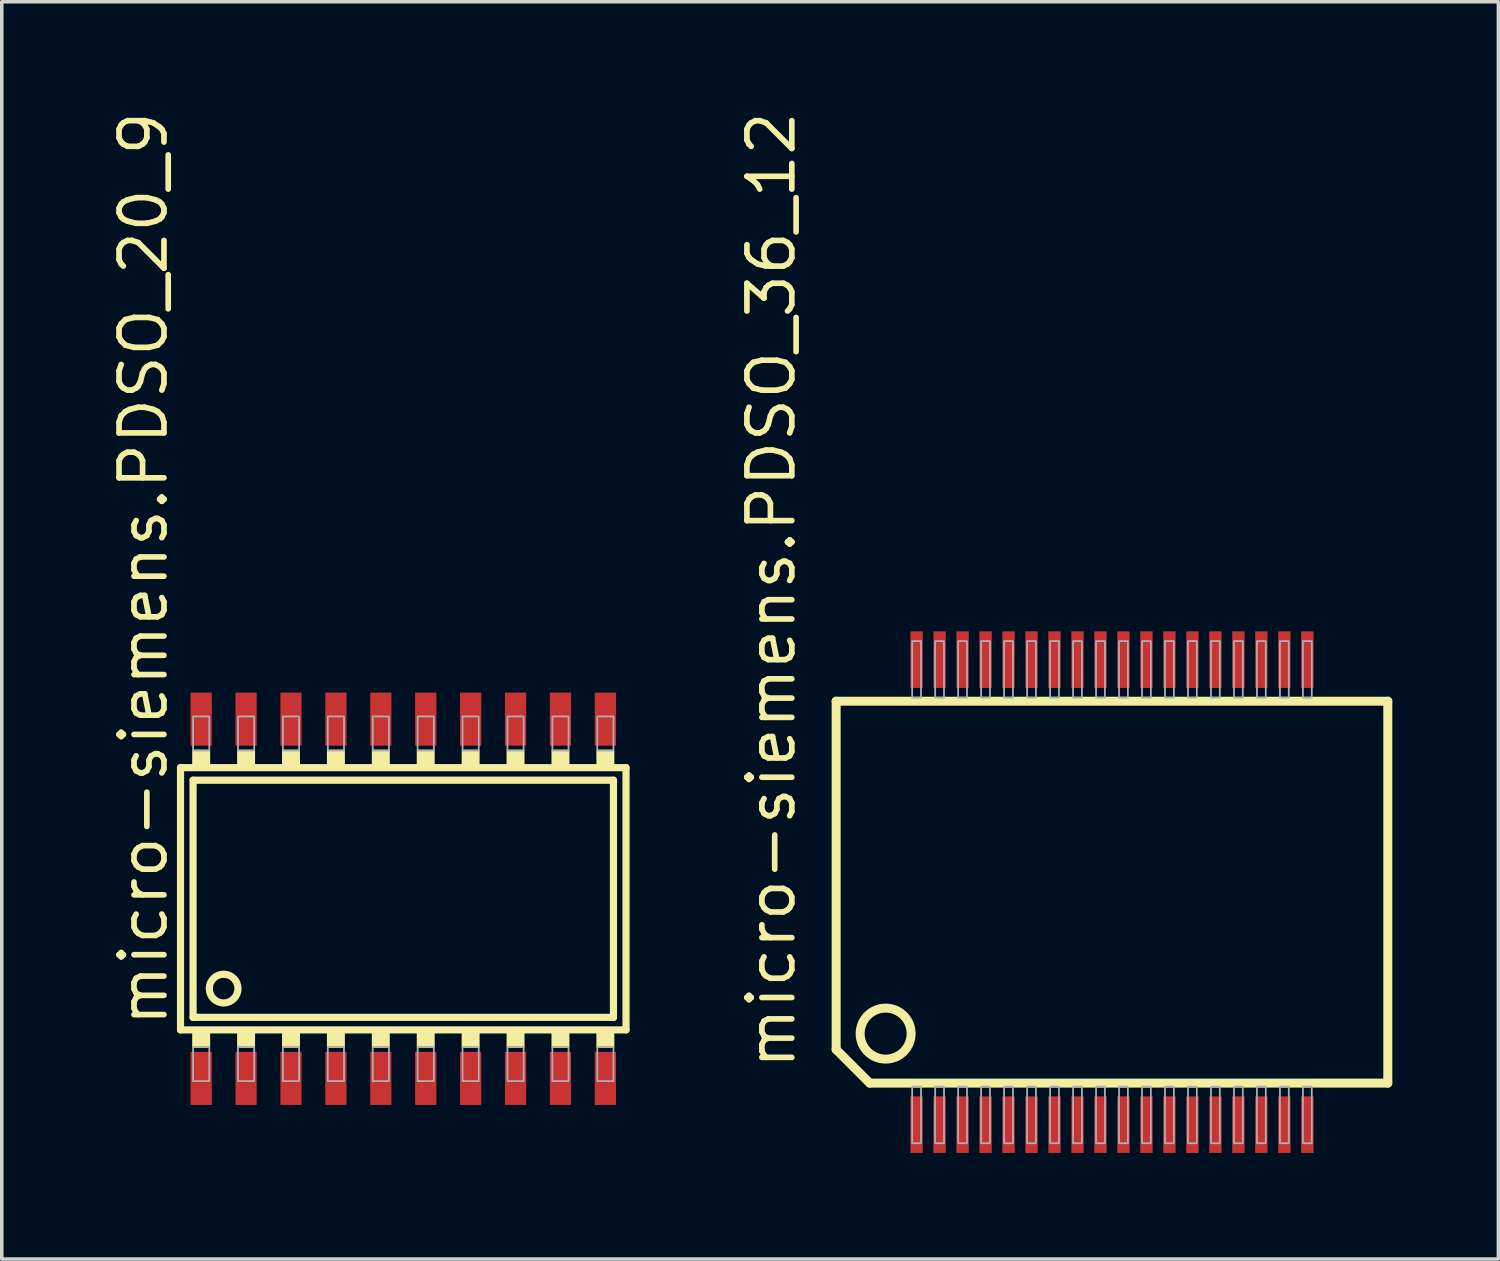
<source format=kicad_pcb>
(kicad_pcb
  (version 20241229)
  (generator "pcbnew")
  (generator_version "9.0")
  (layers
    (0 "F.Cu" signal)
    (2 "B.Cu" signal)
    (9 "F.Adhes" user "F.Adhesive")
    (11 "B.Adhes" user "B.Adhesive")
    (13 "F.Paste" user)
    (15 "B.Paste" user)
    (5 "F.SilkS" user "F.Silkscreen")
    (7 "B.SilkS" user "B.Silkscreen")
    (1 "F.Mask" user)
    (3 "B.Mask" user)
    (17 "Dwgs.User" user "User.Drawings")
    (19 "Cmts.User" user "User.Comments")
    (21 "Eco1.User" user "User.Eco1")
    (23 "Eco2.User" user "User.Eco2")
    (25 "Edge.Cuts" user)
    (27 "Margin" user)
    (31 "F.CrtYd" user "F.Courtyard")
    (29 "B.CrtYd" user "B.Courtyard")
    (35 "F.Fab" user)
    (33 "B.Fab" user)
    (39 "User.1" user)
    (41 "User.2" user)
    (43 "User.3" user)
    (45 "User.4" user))
  (footprint "micro-siemens.PDSO_36_12"
    (layer "F.Cu")
    (at 28.395 22.179)
    (property "Reference" "micro-siemens.PDSO_36_12" (at -8.89 5.08 90) (layer "F.SilkS") (effects (font (size 1.27 1.27) (thickness 0.16)) (justify left bottom)))
    (attr smd)
    (fp_line (start -7.8 -5.4) (end -7.8 4.45) (stroke (width 0.254) (type default)) (layer "F.SilkS"))
    (fp_line (start -6.85 5.4) (end -7.8 4.45) (stroke (width 0.254) (type default)) (layer "F.SilkS"))
    (fp_line (start -6.85 5.4) (end 7.8 5.4) (stroke (width 0.254) (type default)) (layer "F.SilkS"))
    (fp_line (start 7.8 -5.4) (end -7.8 -5.4) (stroke (width 0.254) (type default)) (layer "F.SilkS"))
    (fp_line (start 7.8 5.4) (end 7.8 -5.4) (stroke (width 0.254) (type default)) (layer "F.SilkS"))
    (fp_circle (center -6.4 4) (end -5.679 4) (stroke (width 0.254) (type default)) (fill no) (layer "F.SilkS"))
    (fp_rect (start -5.65 -5.5) (end -5.4 -7.1) (stroke (width 0.05) (type default)) (fill no) (layer "F.Fab"))
    (fp_rect (start -5.65 7.1) (end -5.4 5.5) (stroke (width 0.05) (type default)) (fill no) (layer "F.Fab"))
    (fp_rect (start -5 -5.5) (end -4.75 -7.1) (stroke (width 0.05) (type default)) (fill no) (layer "F.Fab"))
    (fp_rect (start -5 7.1) (end -4.75 5.5) (stroke (width 0.05) (type default)) (fill no) (layer "F.Fab"))
    (fp_rect (start -4.35 -5.5) (end -4.1 -7.1) (stroke (width 0.05) (type default)) (fill no) (layer "F.Fab"))
    (fp_rect (start -4.35 7.1) (end -4.1 5.5) (stroke (width 0.05) (type default)) (fill no) (layer "F.Fab"))
    (fp_rect (start -3.7 -5.5) (end -3.45 -7.1) (stroke (width 0.05) (type default)) (fill no) (layer "F.Fab"))
    (fp_rect (start -3.7 7.1) (end -3.45 5.5) (stroke (width 0.05) (type default)) (fill no) (layer "F.Fab"))
    (fp_rect (start -3.05 -5.5) (end -2.8 -7.1) (stroke (width 0.05) (type default)) (fill no) (layer "F.Fab"))
    (fp_rect (start -3.05 7.1) (end -2.8 5.5) (stroke (width 0.05) (type default)) (fill no) (layer "F.Fab"))
    (fp_rect (start -2.4 -5.5) (end -2.15 -7.1) (stroke (width 0.05) (type default)) (fill no) (layer "F.Fab"))
    (fp_rect (start -2.4 7.1) (end -2.15 5.5) (stroke (width 0.05) (type default)) (fill no) (layer "F.Fab"))
    (fp_rect (start -1.75 -5.5) (end -1.5 -7.1) (stroke (width 0.05) (type default)) (fill no) (layer "F.Fab"))
    (fp_rect (start -1.75 7.1) (end -1.5 5.5) (stroke (width 0.05) (type default)) (fill no) (layer "F.Fab"))
    (fp_rect (start -1.1 -5.5) (end -0.85 -7.1) (stroke (width 0.05) (type default)) (fill no) (layer "F.Fab"))
    (fp_rect (start -1.1 7.1) (end -0.85 5.5) (stroke (width 0.05) (type default)) (fill no) (layer "F.Fab"))
    (fp_rect (start -0.45 -5.5) (end -0.2 -7.1) (stroke (width 0.05) (type default)) (fill no) (layer "F.Fab"))
    (fp_rect (start -0.45 7.1) (end -0.2 5.5) (stroke (width 0.05) (type default)) (fill no) (layer "F.Fab"))
    (fp_rect (start 0.2 -5.5) (end 0.45 -7.1) (stroke (width 0.05) (type default)) (fill no) (layer "F.Fab"))
    (fp_rect (start 0.2 7.1) (end 0.45 5.5) (stroke (width 0.05) (type default)) (fill no) (layer "F.Fab"))
    (fp_rect (start 0.85 -5.5) (end 1.1 -7.1) (stroke (width 0.05) (type default)) (fill no) (layer "F.Fab"))
    (fp_rect (start 0.85 7.1) (end 1.1 5.5) (stroke (width 0.05) (type default)) (fill no) (layer "F.Fab"))
    (fp_rect (start 1.5 -5.5) (end 1.75 -7.1) (stroke (width 0.05) (type default)) (fill no) (layer "F.Fab"))
    (fp_rect (start 1.5 7.1) (end 1.75 5.5) (stroke (width 0.05) (type default)) (fill no) (layer "F.Fab"))
    (fp_rect (start 2.15 -5.5) (end 2.4 -7.1) (stroke (width 0.05) (type default)) (fill no) (layer "F.Fab"))
    (fp_rect (start 2.15 7.1) (end 2.4 5.5) (stroke (width 0.05) (type default)) (fill no) (layer "F.Fab"))
    (fp_rect (start 2.8 -5.5) (end 3.05 -7.1) (stroke (width 0.05) (type default)) (fill no) (layer "F.Fab"))
    (fp_rect (start 2.8 7.1) (end 3.05 5.5) (stroke (width 0.05) (type default)) (fill no) (layer "F.Fab"))
    (fp_rect (start 3.45 -5.5) (end 3.7 -7.1) (stroke (width 0.05) (type default)) (fill no) (layer "F.Fab"))
    (fp_rect (start 3.45 7.1) (end 3.7 5.5) (stroke (width 0.05) (type default)) (fill no) (layer "F.Fab"))
    (fp_rect (start 4.1 -5.5) (end 4.35 -7.1) (stroke (width 0.05) (type default)) (fill no) (layer "F.Fab"))
    (fp_rect (start 4.1 7.1) (end 4.35 5.5) (stroke (width 0.05) (type default)) (fill no) (layer "F.Fab"))
    (fp_rect (start 4.75 -5.5) (end 5 -7.1) (stroke (width 0.05) (type default)) (fill no) (layer "F.Fab"))
    (fp_rect (start 4.75 7.1) (end 5 5.5) (stroke (width 0.05) (type default)) (fill no) (layer "F.Fab"))
    (fp_rect (start 5.4 -5.5) (end 5.65 -7.1) (stroke (width 0.05) (type default)) (fill no) (layer "F.Fab"))
    (fp_rect (start 5.4 7.1) (end 5.65 5.5) (stroke (width 0.05) (type default)) (fill no) (layer "F.Fab"))
    (pad "1" smd roundrect (at -5.525 6.575) (size 0.35 1.6) (layers "F.Cu" "F.Mask" "F.Paste") (roundrect_rratio 0.01))
    (pad "2" smd roundrect (at -4.875 6.575) (size 0.35 1.6) (layers "F.Cu" "F.Mask" "F.Paste") (roundrect_rratio 0.01))
    (pad "3" smd roundrect (at -4.225 6.575) (size 0.35 1.6) (layers "F.Cu" "F.Mask" "F.Paste") (roundrect_rratio 0.01))
    (pad "4" smd roundrect (at -3.575 6.575) (size 0.35 1.6) (layers "F.Cu" "F.Mask" "F.Paste") (roundrect_rratio 0.01))
    (pad "5" smd roundrect (at -2.925 6.575) (size 0.35 1.6) (layers "F.Cu" "F.Mask" "F.Paste") (roundrect_rratio 0.01))
    (pad "6" smd roundrect (at -2.275 6.575) (size 0.35 1.6) (layers "F.Cu" "F.Mask" "F.Paste") (roundrect_rratio 0.01))
    (pad "7" smd roundrect (at -1.625 6.575) (size 0.35 1.6) (layers "F.Cu" "F.Mask" "F.Paste") (roundrect_rratio 0.01))
    (pad "8" smd roundrect (at -0.975 6.575) (size 0.35 1.6) (layers "F.Cu" "F.Mask" "F.Paste") (roundrect_rratio 0.01))
    (pad "9" smd roundrect (at -0.325 6.575) (size 0.35 1.6) (layers "F.Cu" "F.Mask" "F.Paste") (roundrect_rratio 0.01))
    (pad "10" smd roundrect (at 0.325 6.575) (size 0.35 1.6) (layers "F.Cu" "F.Mask" "F.Paste") (roundrect_rratio 0.01))
    (pad "11" smd roundrect (at 0.975 6.575) (size 0.35 1.6) (layers "F.Cu" "F.Mask" "F.Paste") (roundrect_rratio 0.01))
    (pad "12" smd roundrect (at 1.625 6.575) (size 0.35 1.6) (layers "F.Cu" "F.Mask" "F.Paste") (roundrect_rratio 0.01))
    (pad "13" smd roundrect (at 2.275 6.575) (size 0.35 1.6) (layers "F.Cu" "F.Mask" "F.Paste") (roundrect_rratio 0.01))
    (pad "14" smd roundrect (at 2.925 6.575) (size 0.35 1.6) (layers "F.Cu" "F.Mask" "F.Paste") (roundrect_rratio 0.01))
    (pad "15" smd roundrect (at 3.575 6.575) (size 0.35 1.6) (layers "F.Cu" "F.Mask" "F.Paste") (roundrect_rratio 0.01))
    (pad "16" smd roundrect (at 4.225 6.575) (size 0.35 1.6) (layers "F.Cu" "F.Mask" "F.Paste") (roundrect_rratio 0.01))
    (pad "17" smd roundrect (at 4.875 6.575) (size 0.35 1.6) (layers "F.Cu" "F.Mask" "F.Paste") (roundrect_rratio 0.01))
    (pad "18" smd roundrect (at 5.525 6.575) (size 0.35 1.6) (layers "F.Cu" "F.Mask" "F.Paste") (roundrect_rratio 0.01))
    (pad "19" smd roundrect (at 5.525 -6.575) (size 0.35 1.6) (layers "F.Cu" "F.Mask" "F.Paste") (roundrect_rratio 0.01))
    (pad "20" smd roundrect (at 4.875 -6.575) (size 0.35 1.6) (layers "F.Cu" "F.Mask" "F.Paste") (roundrect_rratio 0.01))
    (pad "21" smd roundrect (at 4.225 -6.575) (size 0.35 1.6) (layers "F.Cu" "F.Mask" "F.Paste") (roundrect_rratio 0.01))
    (pad "22" smd roundrect (at 3.575 -6.575) (size 0.35 1.6) (layers "F.Cu" "F.Mask" "F.Paste") (roundrect_rratio 0.01))
    (pad "23" smd roundrect (at 2.925 -6.575) (size 0.35 1.6) (layers "F.Cu" "F.Mask" "F.Paste") (roundrect_rratio 0.01))
    (pad "24" smd roundrect (at 2.275 -6.575) (size 0.35 1.6) (layers "F.Cu" "F.Mask" "F.Paste") (roundrect_rratio 0.01))
    (pad "25" smd roundrect (at 1.625 -6.575) (size 0.35 1.6) (layers "F.Cu" "F.Mask" "F.Paste") (roundrect_rratio 0.01))
    (pad "26" smd roundrect (at 0.975 -6.575) (size 0.35 1.6) (layers "F.Cu" "F.Mask" "F.Paste") (roundrect_rratio 0.01))
    (pad "27" smd roundrect (at 0.325 -6.575) (size 0.35 1.6) (layers "F.Cu" "F.Mask" "F.Paste") (roundrect_rratio 0.01))
    (pad "28" smd roundrect (at -0.325 -6.575) (size 0.35 1.6) (layers "F.Cu" "F.Mask" "F.Paste") (roundrect_rratio 0.01))
    (pad "29" smd roundrect (at -0.975 -6.575) (size 0.35 1.6) (layers "F.Cu" "F.Mask" "F.Paste") (roundrect_rratio 0.01))
    (pad "30" smd roundrect (at -1.625 -6.575) (size 0.35 1.6) (layers "F.Cu" "F.Mask" "F.Paste") (roundrect_rratio 0.01))
    (pad "31" smd roundrect (at -2.275 -6.575) (size 0.35 1.6) (layers "F.Cu" "F.Mask" "F.Paste") (roundrect_rratio 0.01))
    (pad "32" smd roundrect (at -2.925 -6.575) (size 0.35 1.6) (layers "F.Cu" "F.Mask" "F.Paste") (roundrect_rratio 0.01))
    (pad "33" smd roundrect (at -3.575 -6.575) (size 0.35 1.6) (layers "F.Cu" "F.Mask" "F.Paste") (roundrect_rratio 0.01))
    (pad "34" smd roundrect (at -4.225 -6.575) (size 0.35 1.6) (layers "F.Cu" "F.Mask" "F.Paste") (roundrect_rratio 0.01))
    (pad "35" smd roundrect (at -4.875 -6.575) (size 0.35 1.6) (layers "F.Cu" "F.Mask" "F.Paste") (roundrect_rratio 0.01))
    (pad "36" smd roundrect (at -5.525 -6.575) (size 0.35 1.6) (layers "F.Cu" "F.Mask" "F.Paste") (roundrect_rratio 0.01)))
  (footprint "micro-siemens.PDSO_20_9"
    (layer "F.Cu")
    (at 8.354 22.366)
    (property "Reference" "micro-siemens.PDSO_20_9" (at -6.604 3.683 90) (layer "F.SilkS") (effects (font (size 1.27 1.27) (thickness 0.16)) (justify left bottom)))
    (attr smd)
    (fp_line (start -6.299 -3.708) (end 6.299 -3.708) (stroke (width 0.203) (type default)) (layer "F.SilkS"))
    (fp_line (start -6.299 3.708) (end -6.299 -3.708) (stroke (width 0.203) (type default)) (layer "F.SilkS"))
    (fp_line (start -5.944 -3.353) (end 5.944 -3.353) (stroke (width 0.203) (type default)) (layer "F.SilkS"))
    (fp_line (start -5.944 3.353) (end -5.944 -3.353) (stroke (width 0.203) (type default)) (layer "F.SilkS"))
    (fp_line (start 5.944 -3.353) (end 5.944 3.353) (stroke (width 0.203) (type default)) (layer "F.SilkS"))
    (fp_line (start 5.944 3.353) (end -5.944 3.353) (stroke (width 0.203) (type default)) (layer "F.SilkS"))
    (fp_line (start 6.299 -3.708) (end 6.299 3.708) (stroke (width 0.203) (type default)) (layer "F.SilkS"))
    (fp_line (start 6.299 3.708) (end -6.299 3.708) (stroke (width 0.203) (type default)) (layer "F.SilkS"))
    (fp_rect (start -5.944 -3.734) (end -5.486 -4.191) (stroke (width 0.05) (type default)) (fill yes) (layer "F.SilkS"))
    (fp_rect (start -5.944 4.191) (end -5.486 3.734) (stroke (width 0.05) (type default)) (fill yes) (layer "F.SilkS"))
    (fp_rect (start -4.674 -3.734) (end -4.216 -4.191) (stroke (width 0.05) (type default)) (fill yes) (layer "F.SilkS"))
    (fp_rect (start -4.674 4.191) (end -4.216 3.734) (stroke (width 0.05) (type default)) (fill yes) (layer "F.SilkS"))
    (fp_rect (start -3.404 -3.734) (end -2.946 -4.191) (stroke (width 0.05) (type default)) (fill yes) (layer "F.SilkS"))
    (fp_rect (start -3.404 4.191) (end -2.946 3.734) (stroke (width 0.05) (type default)) (fill yes) (layer "F.SilkS"))
    (fp_rect (start -2.134 -3.734) (end -1.676 -4.191) (stroke (width 0.05) (type default)) (fill yes) (layer "F.SilkS"))
    (fp_rect (start -2.134 4.191) (end -1.676 3.734) (stroke (width 0.05) (type default)) (fill yes) (layer "F.SilkS"))
    (fp_rect (start -0.864 -3.734) (end -0.406 -4.191) (stroke (width 0.05) (type default)) (fill yes) (layer "F.SilkS"))
    (fp_rect (start -0.864 4.191) (end -0.406 3.734) (stroke (width 0.05) (type default)) (fill yes) (layer "F.SilkS"))
    (fp_rect (start 0.406 -3.734) (end 0.864 -4.191) (stroke (width 0.05) (type default)) (fill yes) (layer "F.SilkS"))
    (fp_rect (start 0.406 4.191) (end 0.864 3.734) (stroke (width 0.05) (type default)) (fill yes) (layer "F.SilkS"))
    (fp_rect (start 1.676 -3.734) (end 2.134 -4.191) (stroke (width 0.05) (type default)) (fill yes) (layer "F.SilkS"))
    (fp_rect (start 1.676 4.191) (end 2.134 3.734) (stroke (width 0.05) (type default)) (fill yes) (layer "F.SilkS"))
    (fp_rect (start 2.946 -3.734) (end 3.404 -4.191) (stroke (width 0.05) (type default)) (fill yes) (layer "F.SilkS"))
    (fp_rect (start 2.946 4.191) (end 3.404 3.734) (stroke (width 0.05) (type default)) (fill yes) (layer "F.SilkS"))
    (fp_rect (start 4.216 -3.734) (end 4.674 -4.191) (stroke (width 0.05) (type default)) (fill yes) (layer "F.SilkS"))
    (fp_rect (start 4.216 4.191) (end 4.674 3.734) (stroke (width 0.05) (type default)) (fill yes) (layer "F.SilkS"))
    (fp_rect (start 5.486 -3.734) (end 5.944 -4.191) (stroke (width 0.05) (type default)) (fill yes) (layer "F.SilkS"))
    (fp_rect (start 5.486 4.191) (end 5.944 3.734) (stroke (width 0.05) (type default)) (fill yes) (layer "F.SilkS"))
    (fp_circle (center -5.08 2.54) (end -4.674 2.54) (stroke (width 0.203) (type default)) (fill no) (layer "F.SilkS"))
    (fp_rect (start -5.944 -4.191) (end -5.486 -5.156) (stroke (width 0.05) (type default)) (fill no) (layer "F.Fab"))
    (fp_rect (start -5.944 5.156) (end -5.486 4.191) (stroke (width 0.05) (type default)) (fill no) (layer "F.Fab"))
    (fp_rect (start -4.674 -4.191) (end -4.216 -5.156) (stroke (width 0.05) (type default)) (fill no) (layer "F.Fab"))
    (fp_rect (start -4.674 5.156) (end -4.216 4.191) (stroke (width 0.05) (type default)) (fill no) (layer "F.Fab"))
    (fp_rect (start -3.404 -4.191) (end -2.946 -5.156) (stroke (width 0.05) (type default)) (fill no) (layer "F.Fab"))
    (fp_rect (start -3.404 5.156) (end -2.946 4.191) (stroke (width 0.05) (type default)) (fill no) (layer "F.Fab"))
    (fp_rect (start -2.134 -4.191) (end -1.676 -5.156) (stroke (width 0.05) (type default)) (fill no) (layer "F.Fab"))
    (fp_rect (start -2.134 5.156) (end -1.676 4.191) (stroke (width 0.05) (type default)) (fill no) (layer "F.Fab"))
    (fp_rect (start -0.864 -4.191) (end -0.406 -5.156) (stroke (width 0.05) (type default)) (fill no) (layer "F.Fab"))
    (fp_rect (start -0.864 5.156) (end -0.406 4.191) (stroke (width 0.05) (type default)) (fill no) (layer "F.Fab"))
    (fp_rect (start 0.406 -4.191) (end 0.864 -5.156) (stroke (width 0.05) (type default)) (fill no) (layer "F.Fab"))
    (fp_rect (start 0.406 5.156) (end 0.864 4.191) (stroke (width 0.05) (type default)) (fill no) (layer "F.Fab"))
    (fp_rect (start 1.676 -4.191) (end 2.134 -5.156) (stroke (width 0.05) (type default)) (fill no) (layer "F.Fab"))
    (fp_rect (start 1.676 5.156) (end 2.134 4.191) (stroke (width 0.05) (type default)) (fill no) (layer "F.Fab"))
    (fp_rect (start 2.946 -4.191) (end 3.404 -5.156) (stroke (width 0.05) (type default)) (fill no) (layer "F.Fab"))
    (fp_rect (start 2.946 5.156) (end 3.404 4.191) (stroke (width 0.05) (type default)) (fill no) (layer "F.Fab"))
    (fp_rect (start 4.216 -4.191) (end 4.674 -5.156) (stroke (width 0.05) (type default)) (fill no) (layer "F.Fab"))
    (fp_rect (start 4.216 5.156) (end 4.674 4.191) (stroke (width 0.05) (type default)) (fill no) (layer "F.Fab"))
    (fp_rect (start 5.486 -4.191) (end 5.944 -5.156) (stroke (width 0.05) (type default)) (fill no) (layer "F.Fab"))
    (fp_rect (start 5.486 5.156) (end 5.944 4.191) (stroke (width 0.05) (type default)) (fill no) (layer "F.Fab"))
    (pad "1" smd roundrect (at -5.715 5.08) (size 0.6 1.5) (layers "F.Cu" "F.Mask" "F.Paste") (roundrect_rratio 0.01))
    (pad "2" smd roundrect (at -4.445 5.08) (size 0.6 1.5) (layers "F.Cu" "F.Mask" "F.Paste") (roundrect_rratio 0.01))
    (pad "3" smd roundrect (at -3.175 5.08) (size 0.6 1.5) (layers "F.Cu" "F.Mask" "F.Paste") (roundrect_rratio 0.01))
    (pad "4" smd roundrect (at -1.905 5.08) (size 0.6 1.5) (layers "F.Cu" "F.Mask" "F.Paste") (roundrect_rratio 0.01))
    (pad "5" smd roundrect (at -0.635 5.08) (size 0.6 1.5) (layers "F.Cu" "F.Mask" "F.Paste") (roundrect_rratio 0.01))
    (pad "6" smd roundrect (at 0.635 5.08) (size 0.6 1.5) (layers "F.Cu" "F.Mask" "F.Paste") (roundrect_rratio 0.01))
    (pad "7" smd roundrect (at 1.905 5.08) (size 0.6 1.5) (layers "F.Cu" "F.Mask" "F.Paste") (roundrect_rratio 0.01))
    (pad "8" smd roundrect (at 3.175 5.08) (size 0.6 1.5) (layers "F.Cu" "F.Mask" "F.Paste") (roundrect_rratio 0.01))
    (pad "9" smd roundrect (at 4.445 5.08) (size 0.6 1.5) (layers "F.Cu" "F.Mask" "F.Paste") (roundrect_rratio 0.01))
    (pad "10" smd roundrect (at 5.715 5.08) (size 0.6 1.5) (layers "F.Cu" "F.Mask" "F.Paste") (roundrect_rratio 0.01))
    (pad "11" smd roundrect (at 5.715 -5.08) (size 0.6 1.5) (layers "F.Cu" "F.Mask" "F.Paste") (roundrect_rratio 0.01))
    (pad "12" smd roundrect (at 4.445 -5.08) (size 0.6 1.5) (layers "F.Cu" "F.Mask" "F.Paste") (roundrect_rratio 0.01))
    (pad "13" smd roundrect (at 3.175 -5.08) (size 0.6 1.5) (layers "F.Cu" "F.Mask" "F.Paste") (roundrect_rratio 0.01))
    (pad "14" smd roundrect (at 1.905 -5.08) (size 0.6 1.5) (layers "F.Cu" "F.Mask" "F.Paste") (roundrect_rratio 0.01))
    (pad "15" smd roundrect (at 0.635 -5.08) (size 0.6 1.5) (layers "F.Cu" "F.Mask" "F.Paste") (roundrect_rratio 0.01))
    (pad "16" smd roundrect (at -0.635 -5.08) (size 0.6 1.5) (layers "F.Cu" "F.Mask" "F.Paste") (roundrect_rratio 0.01))
    (pad "17" smd roundrect (at -1.905 -5.08) (size 0.6 1.5) (layers "F.Cu" "F.Mask" "F.Paste") (roundrect_rratio 0.01))
    (pad "18" smd roundrect (at -3.175 -5.08) (size 0.6 1.5) (layers "F.Cu" "F.Mask" "F.Paste") (roundrect_rratio 0.01))
    (pad "19" smd roundrect (at -4.445 -5.08) (size 0.6 1.5) (layers "F.Cu" "F.Mask" "F.Paste") (roundrect_rratio 0.01))
    (pad "20" smd roundrect (at -5.715 -5.08) (size 0.6 1.5) (layers "F.Cu" "F.Mask" "F.Paste") (roundrect_rratio 0.01)))
  (gr_rect
    (start -3 -3)
    (end 39.322 32.554)
    (stroke (width 0.1) (type default))
    (fill no)
    (layer "Edge.Cuts")))
</source>
